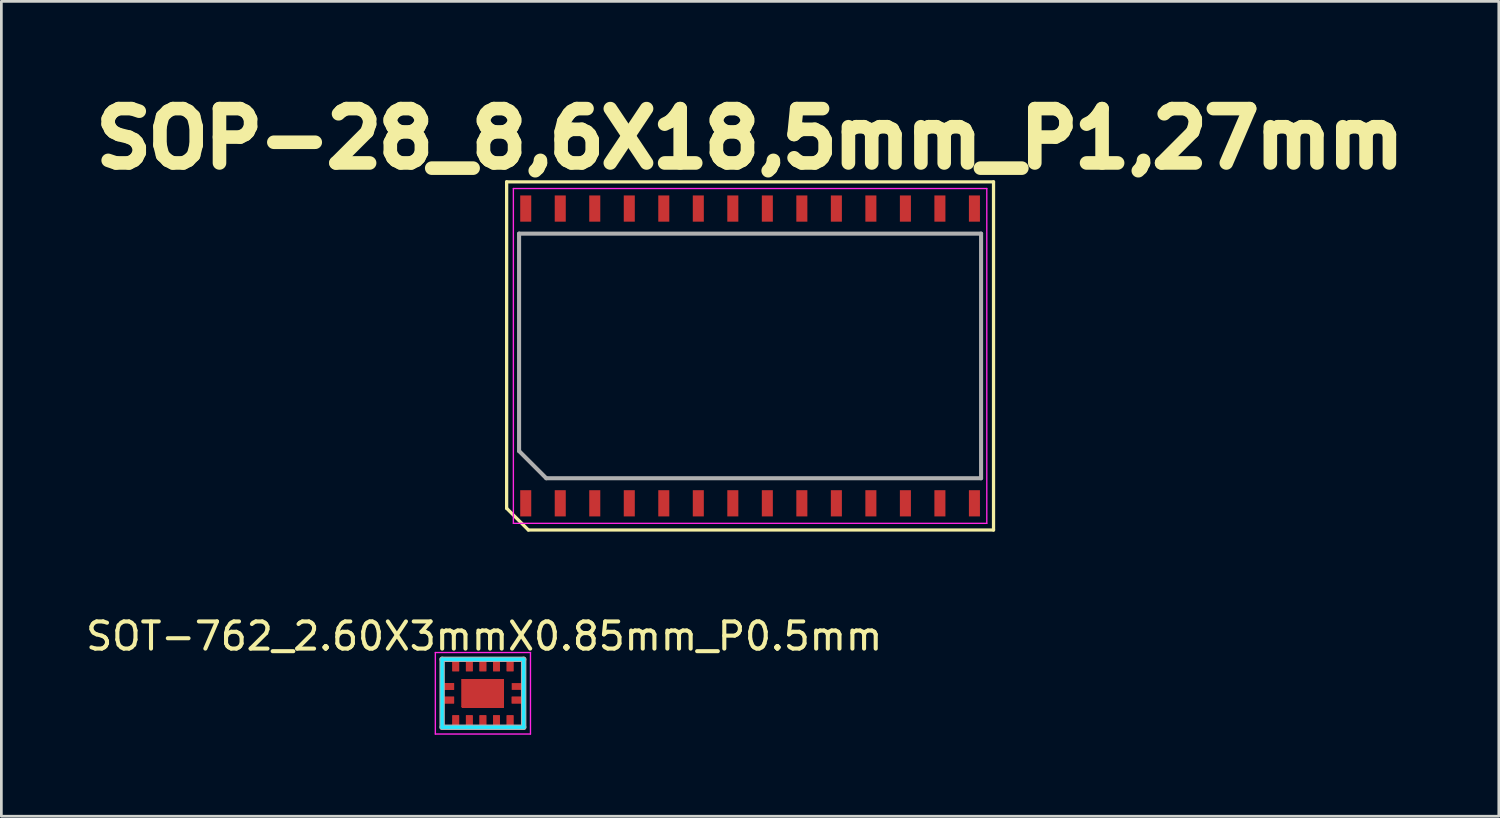
<source format=kicad_pcb>
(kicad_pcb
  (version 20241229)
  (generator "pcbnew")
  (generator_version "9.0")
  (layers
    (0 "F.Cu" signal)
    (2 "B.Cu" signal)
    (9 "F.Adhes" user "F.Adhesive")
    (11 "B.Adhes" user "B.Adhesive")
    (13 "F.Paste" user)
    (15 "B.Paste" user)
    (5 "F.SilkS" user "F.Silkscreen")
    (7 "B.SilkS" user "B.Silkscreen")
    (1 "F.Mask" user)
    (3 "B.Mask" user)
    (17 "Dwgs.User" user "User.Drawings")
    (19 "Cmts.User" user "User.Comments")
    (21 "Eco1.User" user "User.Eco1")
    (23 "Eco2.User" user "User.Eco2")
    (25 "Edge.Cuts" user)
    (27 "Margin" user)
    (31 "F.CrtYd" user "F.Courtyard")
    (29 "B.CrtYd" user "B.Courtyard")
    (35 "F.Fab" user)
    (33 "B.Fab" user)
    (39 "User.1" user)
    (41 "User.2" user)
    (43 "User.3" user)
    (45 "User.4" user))
  (footprint "SOT-762_2.60X3mmX0.85mm_P0.5mm"
    (layer "F.Cu")
    (at 14.719 22.46)
    (property "Reference" "SOT-762_2.60X3mmX0.85mm_P0.5mm" (at 0.049 -2.099 0) (layer "F.SilkS") (effects (font (size 1 1) (thickness 0.15))))
    (attr through_hole)
    (fp_line (start -0.75 -0.5) (end 0.75 -0.5) (stroke (width 0.05) (type solid)) (layer "F.Cu"))
    (fp_line (start -0.75 -0.5) (end 0.75 -0.5) (stroke (width 0.05) (type solid)) (layer "F.Cu"))
    (fp_line (start -0.75 -0.5) (end 0.75 -0.5) (stroke (width 0.05) (type solid)) (layer "F.Cu"))
    (fp_line (start -0.75 -0.5) (end 0.75 -0.5) (stroke (width 0.05) (type solid)) (layer "F.Cu"))
    (fp_line (start -0.75 -0.5) (end 0.75 -0.5) (stroke (width 0.05) (type solid)) (layer "F.Cu"))
    (fp_line (start -0.75 -0.5) (end 0.75 -0.5) (stroke (width 0.05) (type solid)) (layer "F.Cu"))
    (fp_line (start -0.75 -0.5) (end 0.75 -0.5) (stroke (width 0.05) (type solid)) (layer "F.Cu"))
    (fp_line (start -0.75 -0.5) (end 0.75 -0.5) (stroke (width 0.05) (type solid)) (layer "F.Cu"))
    (fp_line (start -0.75 0.5) (end -0.75 -0.5) (stroke (width 0.05) (type solid)) (layer "F.Cu"))
    (fp_line (start -0.75 0.5) (end -0.75 -0.5) (stroke (width 0.05) (type solid)) (layer "F.Cu"))
    (fp_line (start -0.75 0.5) (end -0.75 -0.5) (stroke (width 0.05) (type solid)) (layer "F.Cu"))
    (fp_line (start -0.75 0.5) (end -0.75 -0.5) (stroke (width 0.05) (type solid)) (layer "F.Cu"))
    (fp_line (start -0.75 0.5) (end -0.75 -0.5) (stroke (width 0.05) (type solid)) (layer "F.Cu"))
    (fp_line (start -0.75 0.5) (end -0.75 -0.5) (stroke (width 0.05) (type solid)) (layer "F.Cu"))
    (fp_line (start -0.75 0.5) (end -0.75 -0.5) (stroke (width 0.05) (type solid)) (layer "F.Cu"))
    (fp_line (start -0.75 0.5) (end -0.75 -0.5) (stroke (width 0.05) (type solid)) (layer "F.Cu"))
    (fp_line (start 0.75 -0.5) (end 0.75 0.5) (stroke (width 0.05) (type solid)) (layer "F.Cu"))
    (fp_line (start 0.75 -0.5) (end 0.75 0.5) (stroke (width 0.05) (type solid)) (layer "F.Cu"))
    (fp_line (start 0.75 -0.5) (end 0.75 0.5) (stroke (width 0.05) (type solid)) (layer "F.Cu"))
    (fp_line (start 0.75 -0.5) (end 0.75 0.5) (stroke (width 0.05) (type solid)) (layer "F.Cu"))
    (fp_line (start 0.75 -0.5) (end 0.75 0.5) (stroke (width 0.05) (type solid)) (layer "F.Cu"))
    (fp_line (start 0.75 -0.5) (end 0.75 0.5) (stroke (width 0.05) (type solid)) (layer "F.Cu"))
    (fp_line (start 0.75 -0.5) (end 0.75 0.5) (stroke (width 0.05) (type solid)) (layer "F.Cu"))
    (fp_line (start 0.75 -0.5) (end 0.75 0.5) (stroke (width 0.05) (type solid)) (layer "F.Cu"))
    (fp_line (start 0.75 0.5) (end -0.75 0.5) (stroke (width 0.05) (type solid)) (layer "F.Cu"))
    (fp_line (start 0.75 0.5) (end -0.75 0.5) (stroke (width 0.05) (type solid)) (layer "F.Cu"))
    (fp_line (start 0.75 0.5) (end -0.75 0.5) (stroke (width 0.05) (type solid)) (layer "F.Cu"))
    (fp_line (start 0.75 0.5) (end -0.75 0.5) (stroke (width 0.05) (type solid)) (layer "F.Cu"))
    (fp_line (start 0.75 0.5) (end -0.75 0.5) (stroke (width 0.05) (type solid)) (layer "F.Cu"))
    (fp_line (start 0.75 0.5) (end -0.75 0.5) (stroke (width 0.05) (type solid)) (layer "F.Cu"))
    (fp_line (start 0.75 0.5) (end -0.75 0.5) (stroke (width 0.05) (type solid)) (layer "F.Cu"))
    (fp_line (start 0.75 0.5) (end -0.75 0.5) (stroke (width 0.05) (type solid)) (layer "F.Cu"))
    (fp_poly (pts (xy 0.75 0.5) (xy -0.75 0.5) (xy -0.75 -0.5) (xy 0.75 -0.5)) (stroke (width 0.01) (type solid)) (fill yes) (layer "F.Cu"))
    (fp_poly (pts (xy 0.75 0.5) (xy -0.75 0.5) (xy -0.75 -0.5) (xy 0.75 -0.5)) (stroke (width 0.01) (type solid)) (fill yes) (layer "F.Mask"))
    (fp_line (start -1.5 -1.25) (end 1.5 -1.25) (stroke (width 0.12) (type solid)) (layer "F.SilkS"))
    (fp_line (start -1.5 1.25) (end -1.5 -1.25) (stroke (width 0.12) (type solid)) (layer "F.SilkS"))
    (fp_line (start 1.5 -1.25) (end 1.5 1.25) (stroke (width 0.12) (type solid)) (layer "F.SilkS"))
    (fp_line (start 1.5 1.25) (end -1.5 1.25) (stroke (width 0.12) (type solid)) (layer "F.SilkS"))
    (fp_poly (pts (xy 0.75 0.5) (xy -0.75 0.5) (xy -0.75 -0.5) (xy 0.75 -0.5)) (stroke (width 0.01) (type solid)) (fill yes) (layer "F.Paste"))
    (fp_line (start -1.5 -1.25) (end 1.5 -1.25) (stroke (width 0.12) (type solid)) (layer "B.CrtYd"))
    (fp_line (start -1.5 1.25) (end -1.5 -1.25) (stroke (width 0.12) (type solid)) (layer "B.CrtYd"))
    (fp_line (start 1.5 -1.25) (end 1.5 1.25) (stroke (width 0.12) (type solid)) (layer "B.CrtYd"))
    (fp_line (start 1.5 1.25) (end -1.5 1.25) (stroke (width 0.12) (type solid)) (layer "B.CrtYd"))
    (fp_line (start -1.75 -1.5) (end 1.75 -1.5) (stroke (width 0.05) (type solid)) (layer "F.CrtYd"))
    (fp_line (start -1.75 1.5) (end -1.75 -1.5) (stroke (width 0.05) (type solid)) (layer "F.CrtYd"))
    (fp_line (start 1.75 -1.5) (end 1.75 1.5) (stroke (width 0.05) (type solid)) (layer "F.CrtYd"))
    (fp_line (start 1.75 1.5) (end -1.75 1.5) (stroke (width 0.05) (type solid)) (layer "F.CrtYd"))
    (fp_line (start -1.5 -1.25) (end 1.5 -1.25) (stroke (width 0.2) (type solid)) (layer "F.Fab"))
    (fp_line (start -1.5 1.25) (end -1.5 -1.25) (stroke (width 0.2) (type solid)) (layer "F.Fab"))
    (fp_line (start 1.5 -1.25) (end 1.5 1.25) (stroke (width 0.2) (type solid)) (layer "F.Fab"))
    (fp_line (start 1.5 1.25) (end -1.5 1.25) (stroke (width 0.2) (type solid)) (layer "F.Fab"))
    (pad "1" smd rect (at -1.31 -0.25 90) (size 0.25 0.5) (layers "F.Cu" "F.Mask" "F.Paste"))
    (pad "1" smd rect (at -1.31 -0.25 90) (size 0.25 0.5) (layers "F.Cu" "F.Mask" "F.Paste"))
    (pad "2" smd rect (at -1 -1.06 180) (size 0.25 0.5) (layers "F.Cu" "F.Mask" "F.Paste"))
    (pad "2" smd rect (at -1 -1.06 180) (size 0.25 0.5) (layers "F.Cu" "F.Mask" "F.Paste"))
    (pad "3" smd rect (at -0.5 -1.06) (size 0.25 0.5) (layers "F.Cu" "F.Mask" "F.Paste"))
    (pad "3" smd rect (at -0.5 -1.06) (size 0.25 0.5) (layers "F.Cu" "F.Mask" "F.Paste"))
    (pad "4" smd rect (at 0 -1.06) (size 0.25 0.5) (layers "F.Cu" "F.Mask" "F.Paste"))
    (pad "4" smd rect (at 0 -1.06) (size 0.25 0.5) (layers "F.Cu" "F.Mask" "F.Paste"))
    (pad "5" smd rect (at 0.5 -1.06) (size 0.25 0.5) (layers "F.Cu" "F.Mask" "F.Paste"))
    (pad "5" smd rect (at 0.5 -1.06) (size 0.25 0.5) (layers "F.Cu" "F.Mask" "F.Paste"))
    (pad "6" smd rect (at 1 -1.06) (size 0.25 0.5) (layers "F.Cu" "F.Mask" "F.Paste"))
    (pad "6" smd rect (at 1 -1.06) (size 0.25 0.5) (layers "F.Cu" "F.Mask" "F.Paste"))
    (pad "7" smd rect (at 1.31 -0.25 90) (size 0.25 0.5) (layers "F.Cu" "F.Mask" "F.Paste"))
    (pad "8" smd rect (at 1.31 0.25 90) (size 0.25 0.5) (layers "F.Cu" "F.Mask" "F.Paste"))
    (pad "8" smd rect (at 1.31 0.25 90) (size 0.25 0.5) (layers "F.Cu" "F.Mask" "F.Paste"))
    (pad "9" smd rect (at 1 1.06) (size 0.25 0.5) (layers "F.Cu" "F.Mask" "F.Paste"))
    (pad "9" smd rect (at 1 1.06) (size 0.25 0.5) (layers "F.Cu" "F.Mask" "F.Paste"))
    (pad "10" smd rect (at 0.5 1.06) (size 0.25 0.5) (layers "F.Cu" "F.Mask" "F.Paste"))
    (pad "10" smd rect (at 0.5 1.06) (size 0.25 0.5) (layers "F.Cu" "F.Mask" "F.Paste"))
    (pad "11" smd rect (at 0 1.06) (size 0.25 0.5) (layers "F.Cu" "F.Mask" "F.Paste"))
    (pad "11" smd rect (at 0 1.06) (size 0.25 0.5) (layers "F.Cu" "F.Mask" "F.Paste"))
    (pad "12" smd rect (at -0.5 1.06) (size 0.25 0.5) (layers "F.Cu" "F.Mask" "F.Paste"))
    (pad "12" smd rect (at -0.5 1.06) (size 0.25 0.5) (layers "F.Cu" "F.Mask" "F.Paste"))
    (pad "13" smd rect (at -1 1.06) (size 0.25 0.5) (layers "F.Cu" "F.Mask" "F.Paste"))
    (pad "13" smd rect (at -1 1.06) (size 0.25 0.5) (layers "F.Cu" "F.Mask" "F.Paste"))
    (pad "14" smd rect (at -1.31 0.25 90) (size 0.25 0.5) (layers "F.Cu" "F.Mask" "F.Paste"))
    (pad "14" smd rect (at -1.31 0.25 90) (size 0.25 0.5) (layers "F.Cu" "F.Mask" "F.Paste")))
  (footprint "SOP-28_8,6X18,5mm_P1,27mm"
    (layer "F.Cu")
    (at 24.55 10.047)
    (property "Reference" "SOP-28_8,6X18,5mm_P1,27mm" (at 0 -8 180) (layer "F.SilkS") (effects (font (size 2 2) (thickness 0.5))))
    (attr smd)
    (fp_line (start -8.958 -6.405) (end 8.958 -6.405) (stroke (width 0.12) (type solid)) (layer "F.SilkS"))
    (fp_line (start -8.958 5.606) (end -8.958 -6.405) (stroke (width 0.12) (type solid)) (layer "F.SilkS"))
    (fp_line (start -8.158 6.405) (end -8.958 5.606) (stroke (width 0.12) (type solid)) (layer "F.SilkS"))
    (fp_line (start 8.958 -6.405) (end 8.958 6.405) (stroke (width 0.12) (type solid)) (layer "F.SilkS"))
    (fp_line (start 8.958 6.405) (end -8.158 6.405) (stroke (width 0.12) (type solid)) (layer "F.SilkS"))
    (fp_line (start -8.71 -6.16) (end 8.71 -6.16) (stroke (width 0.05) (type solid)) (layer "F.CrtYd"))
    (fp_line (start -8.71 6.16) (end -8.71 -6.16) (stroke (width 0.05) (type solid)) (layer "F.CrtYd"))
    (fp_line (start 8.71 -6.16) (end 8.71 6.16) (stroke (width 0.05) (type solid)) (layer "F.CrtYd"))
    (fp_line (start 8.71 6.16) (end -8.71 6.16) (stroke (width 0.05) (type solid)) (layer "F.CrtYd"))
    (fp_line (start -8.5 -4.5) (end 8.5 -4.5) (stroke (width 0.15) (type solid)) (layer "F.Fab"))
    (fp_line (start -8.5 3.5) (end -8.5 -4.5) (stroke (width 0.15) (type solid)) (layer "F.Fab"))
    (fp_line (start -8.5 3.5) (end -7.5 4.5) (stroke (width 0.15) (type solid)) (layer "F.Fab"))
    (fp_line (start 8.5 -4.5) (end 8.5 4.5) (stroke (width 0.15) (type solid)) (layer "F.Fab"))
    (fp_line (start 8.5 4.5) (end -7.5 4.5) (stroke (width 0.15) (type solid)) (layer "F.Fab"))
    (pad "1" smd rect (at -8.255 5.423) (size 0.406 0.965) (layers "F.Cu" "F.Mask" "F.Paste"))
    (pad "2" smd rect (at -6.985 5.423) (size 0.406 0.965) (layers "F.Cu" "F.Mask" "F.Paste"))
    (pad "3" smd rect (at -5.715 5.423) (size 0.406 0.965) (layers "F.Cu" "F.Mask" "F.Paste"))
    (pad "4" smd rect (at -4.445 5.423) (size 0.406 0.965) (layers "F.Cu" "F.Mask" "F.Paste"))
    (pad "5" smd rect (at -3.175 5.423) (size 0.406 0.965) (layers "F.Cu" "F.Mask" "F.Paste"))
    (pad "6" smd rect (at -1.905 5.423) (size 0.406 0.965) (layers "F.Cu" "F.Mask" "F.Paste"))
    (pad "7" smd rect (at -0.635 5.423) (size 0.406 0.965) (layers "F.Cu" "F.Mask" "F.Paste"))
    (pad "8" smd rect (at 0.635 5.423) (size 0.406 0.965) (layers "F.Cu" "F.Mask" "F.Paste"))
    (pad "9" smd rect (at 1.905 5.423) (size 0.406 0.965) (layers "F.Cu" "F.Mask" "F.Paste"))
    (pad "10" smd rect (at 3.175 5.423) (size 0.406 0.965) (layers "F.Cu" "F.Mask" "F.Paste"))
    (pad "11" smd rect (at 4.445 5.423) (size 0.406 0.965) (layers "F.Cu" "F.Mask" "F.Paste"))
    (pad "12" smd rect (at 5.715 5.423) (size 0.406 0.965) (layers "F.Cu" "F.Mask" "F.Paste"))
    (pad "13" smd rect (at 6.985 5.423) (size 0.406 0.965) (layers "F.Cu" "F.Mask" "F.Paste"))
    (pad "14" smd rect (at 8.255 5.423) (size 0.406 0.965) (layers "F.Cu" "F.Mask" "F.Paste"))
    (pad "15" smd rect (at 8.255 -5.423) (size 0.406 0.965) (layers "F.Cu" "F.Mask" "F.Paste"))
    (pad "16" smd rect (at 6.985 -5.423) (size 0.406 0.965) (layers "F.Cu" "F.Mask" "F.Paste"))
    (pad "17" smd rect (at 5.715 -5.423) (size 0.406 0.965) (layers "F.Cu" "F.Mask" "F.Paste"))
    (pad "18" smd rect (at 4.445 -5.423) (size 0.406 0.965) (layers "F.Cu" "F.Mask" "F.Paste"))
    (pad "19" smd rect (at 3.175 -5.423) (size 0.406 0.965) (layers "F.Cu" "F.Mask" "F.Paste"))
    (pad "20" smd rect (at 1.905 -5.423) (size 0.406 0.965) (layers "F.Cu" "F.Mask" "F.Paste"))
    (pad "21" smd rect (at 0.635 -5.423) (size 0.406 0.965) (layers "F.Cu" "F.Mask" "F.Paste"))
    (pad "22" smd rect (at -0.635 -5.423) (size 0.406 0.965) (layers "F.Cu" "F.Mask" "F.Paste"))
    (pad "23" smd rect (at -1.905 -5.423) (size 0.406 0.965) (layers "F.Cu" "F.Mask" "F.Paste"))
    (pad "24" smd rect (at -3.175 -5.423) (size 0.406 0.965) (layers "F.Cu" "F.Mask" "F.Paste"))
    (pad "25" smd rect (at -4.445 -5.423) (size 0.406 0.965) (layers "F.Cu" "F.Mask" "F.Paste"))
    (pad "26" smd rect (at -5.715 -5.423) (size 0.406 0.965) (layers "F.Cu" "F.Mask" "F.Paste"))
    (pad "27" smd rect (at -6.985 -5.423) (size 0.406 0.965) (layers "F.Cu" "F.Mask" "F.Paste"))
    (pad "28" smd rect (at -8.255 -5.423) (size 0.406 0.965) (layers "F.Cu" "F.Mask" "F.Paste")))
  (gr_rect
    (start -3 -3)
    (end 52.1 26.985)
    (stroke (width 0.1) (type default))
    (fill no)
    (layer "Edge.Cuts")))
</source>
